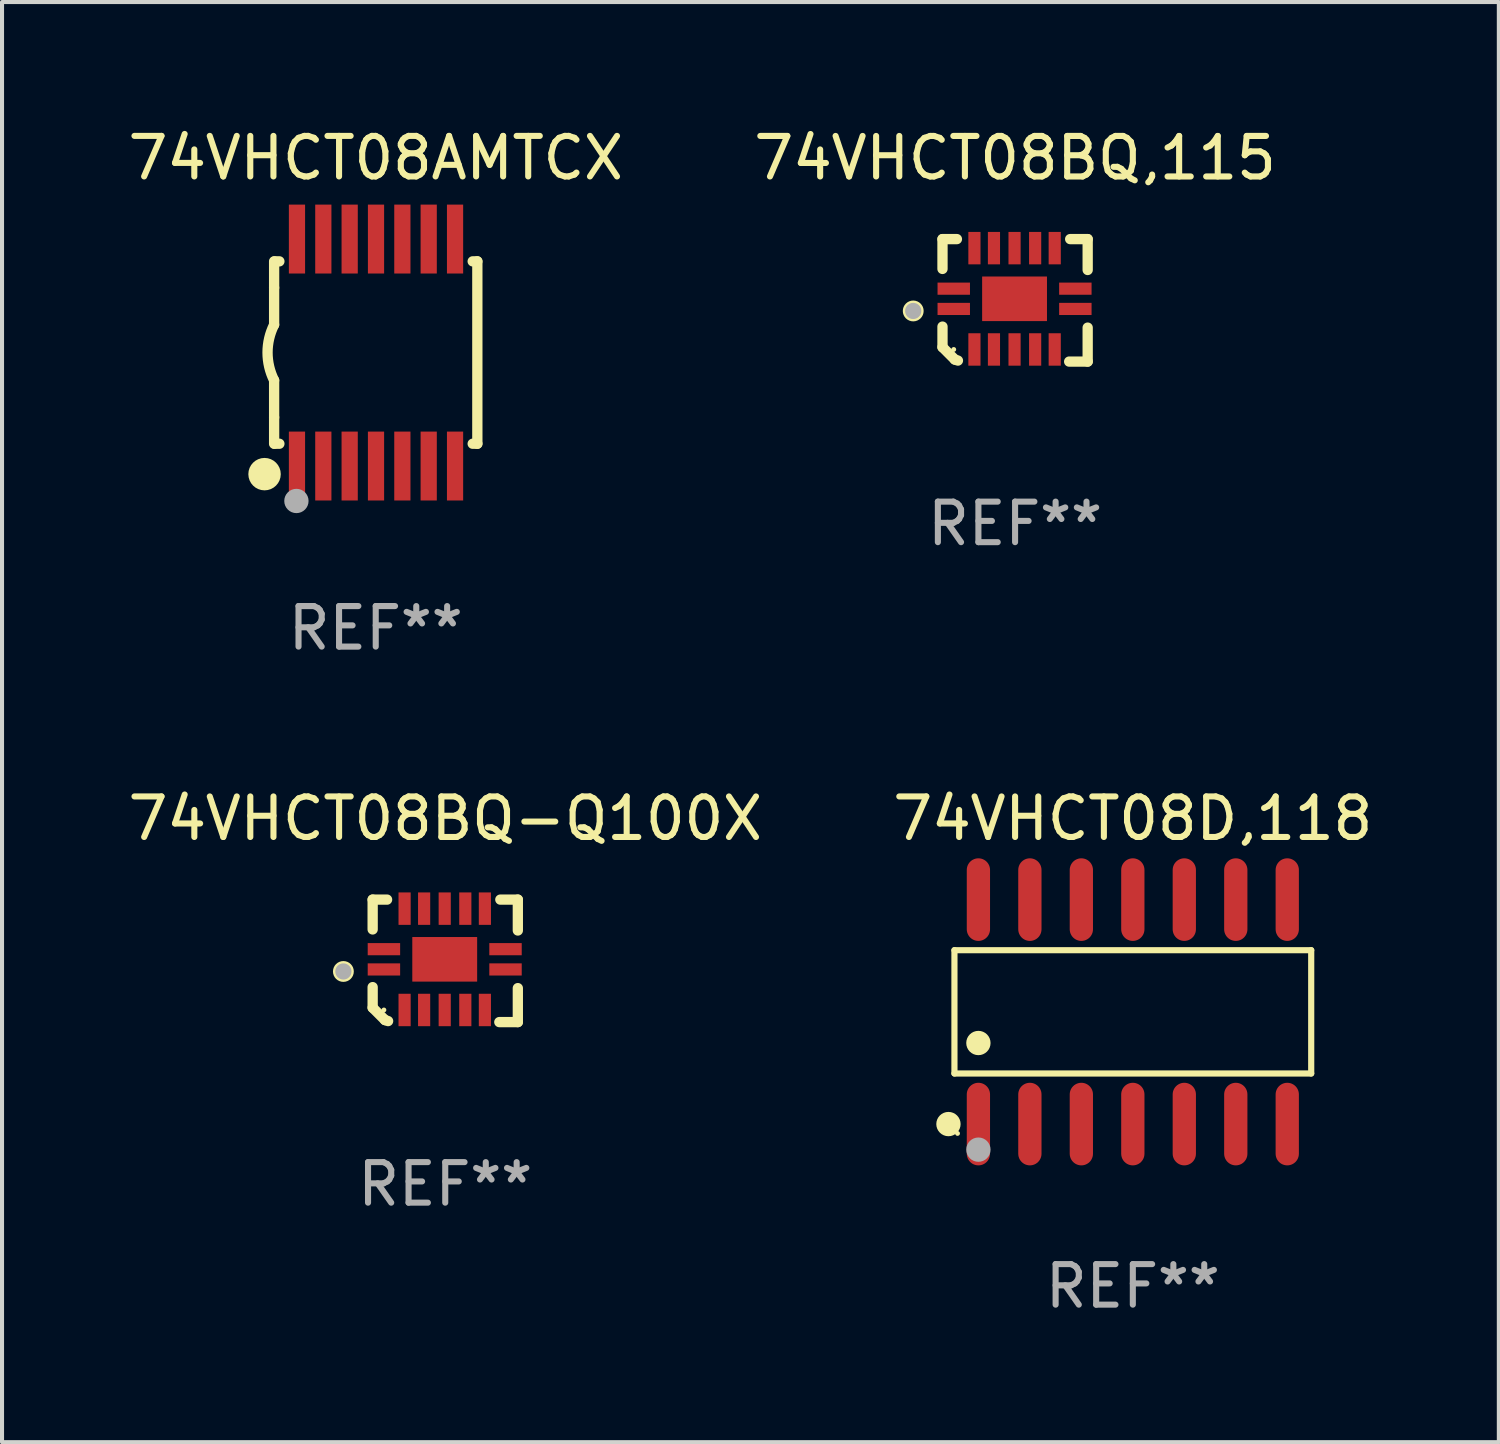
<source format=kicad_pcb>
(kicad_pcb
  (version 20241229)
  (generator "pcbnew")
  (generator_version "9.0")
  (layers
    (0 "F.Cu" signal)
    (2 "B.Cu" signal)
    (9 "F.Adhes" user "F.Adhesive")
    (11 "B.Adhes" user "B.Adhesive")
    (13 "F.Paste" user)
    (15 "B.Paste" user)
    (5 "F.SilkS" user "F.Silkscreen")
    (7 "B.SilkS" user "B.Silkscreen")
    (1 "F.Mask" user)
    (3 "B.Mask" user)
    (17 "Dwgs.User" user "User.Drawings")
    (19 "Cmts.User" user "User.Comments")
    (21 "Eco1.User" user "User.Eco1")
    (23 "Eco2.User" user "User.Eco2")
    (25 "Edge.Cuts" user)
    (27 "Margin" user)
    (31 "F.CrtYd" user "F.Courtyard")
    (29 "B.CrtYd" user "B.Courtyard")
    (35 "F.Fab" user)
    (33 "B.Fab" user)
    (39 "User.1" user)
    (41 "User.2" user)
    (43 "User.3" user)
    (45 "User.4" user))
  (footprint "74VHCT08BQ,115"
    (layer "F.Cu")
    (at 21.994 4.36)
    (property "Reference" "74VHCT08BQ,115" (at 0 -3.511 0) (layer "F.SilkS") (effects (font (size 1 1) (thickness 0.15))))
    (attr through_hole)
    (fp_line (start -1.791 -1.511) (end -1.435 -1.511) (stroke (width 0.254) (type solid)) (layer "F.SilkS"))
    (fp_line (start -1.791 -0.775) (end -1.791 -1.511) (stroke (width 0.254) (type solid)) (layer "F.SilkS"))
    (fp_line (start -1.791 1.156) (end -1.791 0.648) (stroke (width 0.254) (type solid)) (layer "F.SilkS"))
    (fp_line (start -1.486 1.461) (end -1.791 1.156) (stroke (width 0.254) (type solid)) (layer "F.SilkS"))
    (fp_line (start -1.41 1.486) (end -1.486 1.461) (stroke (width 0.254) (type solid)) (layer "F.SilkS"))
    (fp_line (start 1.334 1.511) (end 1.791 1.511) (stroke (width 0.254) (type solid)) (layer "F.SilkS"))
    (fp_line (start 1.791 -1.511) (end 1.359 -1.511) (stroke (width 0.254) (type solid)) (layer "F.SilkS"))
    (fp_line (start 1.791 -0.749) (end 1.791 -1.511) (stroke (width 0.254) (type solid)) (layer "F.SilkS"))
    (fp_line (start 1.791 1.511) (end 1.791 0.673) (stroke (width 0.254) (type solid)) (layer "F.SilkS"))
    (fp_circle (center -2.513 0.262) (end -2.383 0.262) (stroke (width 0.254) (type solid)) (fill no) (layer "F.SilkS"))
    (fp_circle (center -1.513 1.212) (end -1.483 1.212) (stroke (width 0.06) (type solid)) (fill no) (layer "F.SilkS"))
    (fp_circle (center -2.513 0.262) (end -2.413 0.262) (stroke (width 0.2) (type solid)) (fill no) (layer "F.Fab"))
    (fp_text user "REF**" (at 0 5.511 0) (layer "F.Fab") (effects (font (size 1 1) (thickness 0.15))))
    (pad "1" smd rect (at -1.513 0.212) (size 0.8 0.3) (layers "F.Cu" "F.Mask" "F.Paste"))
    (pad "2" smd rect (at -1.003 1.212) (size 0.3 0.8) (layers "F.Cu" "F.Mask" "F.Paste"))
    (pad "3" smd rect (at -0.521 1.212) (size 0.3 0.8) (layers "F.Cu" "F.Mask" "F.Paste"))
    (pad "4" smd rect (at -0.013 1.212) (size 0.3 0.8) (layers "F.Cu" "F.Mask" "F.Paste"))
    (pad "5" smd rect (at 0.495 1.212) (size 0.3 0.8) (layers "F.Cu" "F.Mask" "F.Paste"))
    (pad "6" smd rect (at 0.978 1.212) (size 0.3 0.8) (layers "F.Cu" "F.Mask" "F.Paste"))
    (pad "7" smd rect (at 1.487 0.212) (size 0.8 0.3) (layers "F.Cu" "F.Mask" "F.Paste"))
    (pad "8" smd rect (at 1.487 -0.288) (size 0.8 0.3) (layers "F.Cu" "F.Mask" "F.Paste"))
    (pad "9" smd rect (at 0.978 -1.288) (size 0.3 0.8) (layers "F.Cu" "F.Mask" "F.Paste"))
    (pad "10" smd rect (at 0.495 -1.288) (size 0.3 0.8) (layers "F.Cu" "F.Mask" "F.Paste"))
    (pad "11" smd rect (at -0.013 -1.288) (size 0.3 0.8) (layers "F.Cu" "F.Mask" "F.Paste"))
    (pad "12" smd rect (at -0.521 -1.288) (size 0.3 0.8) (layers "F.Cu" "F.Mask" "F.Paste"))
    (pad "13" smd rect (at -1.003 -1.288) (size 0.3 0.8) (layers "F.Cu" "F.Mask" "F.Paste"))
    (pad "14" smd rect (at -1.513 -0.288) (size 0.8 0.3) (layers "F.Cu" "F.Mask" "F.Paste"))
    (pad "15" smd rect (at -0.013 -0.038 90) (size 1.1 1.6) (layers "F.Cu" "F.Mask" "F.Paste")))
  (footprint "74VHCT08D,118"
    (layer "F.Cu")
    (at 24.899 21.914)
    (property "Reference" "74VHCT08D,118" (at 0 -4.769 0) (layer "F.SilkS") (effects (font (size 1 1) (thickness 0.15))))
    (attr through_hole)
    (fp_line (start -4.401 -1.521) (end 4.401 -1.521) (stroke (width 0.152) (type solid)) (layer "F.SilkS"))
    (fp_line (start -4.401 1.521) (end -4.401 -1.521) (stroke (width 0.152) (type solid)) (layer "F.SilkS"))
    (fp_line (start 4.401 -1.521) (end 4.401 1.521) (stroke (width 0.152) (type solid)) (layer "F.SilkS"))
    (fp_line (start 4.401 1.521) (end -4.401 1.521) (stroke (width 0.152) (type solid)) (layer "F.SilkS"))
    (fp_circle (center -4.549 2.769) (end -4.399 2.769) (stroke (width 0.3) (type solid)) (fill no) (layer "F.SilkS"))
    (fp_circle (center -4.325 3) (end -4.295 3) (stroke (width 0.06) (type solid)) (fill no) (layer "F.SilkS"))
    (fp_circle (center -3.81 0.769) (end -3.66 0.769) (stroke (width 0.3) (type solid)) (fill no) (layer "F.SilkS"))
    (fp_circle (center -3.81 3.4) (end -3.66 3.4) (stroke (width 0.3) (type solid)) (fill no) (layer "F.Fab"))
    (fp_text user "REF**" (at 0 6.769 0) (layer "F.Fab") (effects (font (size 1 1) (thickness 0.15))))
    (pad "1" smd oval (at -3.81 2.769) (size 0.574 2.038) (layers "F.Cu" "F.Mask" "F.Paste"))
    (pad "2" smd oval (at -2.54 2.769) (size 0.574 2.038) (layers "F.Cu" "F.Mask" "F.Paste"))
    (pad "3" smd oval (at -1.27 2.769) (size 0.574 2.038) (layers "F.Cu" "F.Mask" "F.Paste"))
    (pad "4" smd oval (at 0 2.769) (size 0.574 2.038) (layers "F.Cu" "F.Mask" "F.Paste"))
    (pad "5" smd oval (at 1.27 2.769) (size 0.574 2.038) (layers "F.Cu" "F.Mask" "F.Paste"))
    (pad "6" smd oval (at 2.54 2.769) (size 0.574 2.038) (layers "F.Cu" "F.Mask" "F.Paste"))
    (pad "7" smd oval (at 3.81 2.769) (size 0.574 2.038) (layers "F.Cu" "F.Mask" "F.Paste"))
    (pad "8" smd oval (at 3.81 -2.769) (size 0.574 2.038) (layers "F.Cu" "F.Mask" "F.Paste"))
    (pad "9" smd oval (at 2.54 -2.769) (size 0.574 2.038) (layers "F.Cu" "F.Mask" "F.Paste"))
    (pad "10" smd oval (at 1.27 -2.769) (size 0.574 2.038) (layers "F.Cu" "F.Mask" "F.Paste"))
    (pad "11" smd oval (at 0 -2.769) (size 0.574 2.038) (layers "F.Cu" "F.Mask" "F.Paste"))
    (pad "12" smd oval (at -1.27 -2.769) (size 0.574 2.038) (layers "F.Cu" "F.Mask" "F.Paste"))
    (pad "13" smd oval (at -2.54 -2.769) (size 0.574 2.038) (layers "F.Cu" "F.Mask" "F.Paste"))
    (pad "14" smd oval (at -3.81 -2.769) (size 0.574 2.038) (layers "F.Cu" "F.Mask" "F.Paste")))
  (footprint "74VHCT08AMTCX"
    (layer "F.Cu")
    (at 6.22 5.648)
    (property "Reference" "74VHCT08AMTCX" (at 0 -4.8 0) (layer "F.SilkS") (effects (font (size 1 1) (thickness 0.15))))
    (attr through_hole)
    (fp_line (start -2.507 -1.6) (end -2.507 -2.25) (stroke (width 0.254) (type solid)) (layer "F.SilkS"))
    (fp_line (start -2.507 -0.686) (end -2.507 -1.6) (stroke (width 0.254) (type solid)) (layer "F.SilkS"))
    (fp_line (start -2.507 1.6) (end -2.507 0.686) (stroke (width 0.254) (type solid)) (layer "F.SilkS"))
    (fp_line (start -2.507 1.6) (end -2.507 2.25) (stroke (width 0.254) (type solid)) (layer "F.SilkS"))
    (fp_line (start -2.493 -2.25) (end -2.377 -2.25) (stroke (width 0.254) (type solid)) (layer "F.SilkS"))
    (fp_line (start -2.377 2.25) (end -2.493 2.25) (stroke (width 0.254) (type solid)) (layer "F.SilkS"))
    (fp_line (start 2.392 -2.25) (end 2.507 -2.25) (stroke (width 0.254) (type solid)) (layer "F.SilkS"))
    (fp_line (start 2.507 -2.25) (end 2.507 2.25) (stroke (width 0.254) (type solid)) (layer "F.SilkS"))
    (fp_line (start 2.507 2.25) (end 2.392 2.25) (stroke (width 0.254) (type solid)) (layer "F.SilkS"))
    (fp_arc (start -2.507303 0.685802) (mid -2.669199 0) (end -2.507303 -0.685801) (stroke (width 0.254001) (type solid)) (layer "F.SilkS"))
    (fp_circle (center -2.743 3) (end -2.543 3) (stroke (width 0.4) (type solid)) (fill no) (layer "F.SilkS"))
    (fp_circle (center -2.493 3.2) (end -2.463 3.2) (stroke (width 0.06) (type solid)) (fill no) (layer "F.SilkS"))
    (fp_circle (center -1.957 3.662) (end -1.807 3.662) (stroke (width 0.3) (type solid)) (fill no) (layer "F.Fab"))
    (fp_text user "REF**" (at 0 6.8 0) (layer "F.Fab") (effects (font (size 1 1) (thickness 0.15))))
    (pad "1" smd rect (at -1.943 2.8) (size 0.4 1.7) (layers "F.Cu" "F.Mask" "F.Paste"))
    (pad "2" smd rect (at -1.293 2.8) (size 0.4 1.7) (layers "F.Cu" "F.Mask" "F.Paste"))
    (pad "3" smd rect (at -0.643 2.8) (size 0.4 1.7) (layers "F.Cu" "F.Mask" "F.Paste"))
    (pad "4" smd rect (at 0.007 2.8) (size 0.4 1.7) (layers "F.Cu" "F.Mask" "F.Paste"))
    (pad "5" smd rect (at 0.657 2.8) (size 0.4 1.7) (layers "F.Cu" "F.Mask" "F.Paste"))
    (pad "6" smd rect (at 1.307 2.8) (size 0.4 1.7) (layers "F.Cu" "F.Mask" "F.Paste"))
    (pad "7" smd rect (at 1.957 2.8) (size 0.4 1.7) (layers "F.Cu" "F.Mask" "F.Paste"))
    (pad "8" smd rect (at 1.957 -2.8) (size 0.4 1.7) (layers "F.Cu" "F.Mask" "F.Paste"))
    (pad "9" smd rect (at 1.307 -2.8) (size 0.4 1.7) (layers "F.Cu" "F.Mask" "F.Paste"))
    (pad "10" smd rect (at 0.657 -2.8) (size 0.4 1.7) (layers "F.Cu" "F.Mask" "F.Paste"))
    (pad "11" smd rect (at 0.007 -2.8) (size 0.4 1.7) (layers "F.Cu" "F.Mask" "F.Paste"))
    (pad "12" smd rect (at -0.643 -2.8) (size 0.4 1.7) (layers "F.Cu" "F.Mask" "F.Paste"))
    (pad "13" smd rect (at -1.293 -2.8) (size 0.4 1.7) (layers "F.Cu" "F.Mask" "F.Paste"))
    (pad "14" smd rect (at -1.943 -2.8) (size 0.4 1.7) (layers "F.Cu" "F.Mask" "F.Paste")))
  (footprint "74VHCT08BQ-Q100X"
    (layer "F.Cu")
    (at 7.935 20.656)
    (property "Reference" "74VHCT08BQ-Q100X" (at 0 -3.511 0) (layer "F.SilkS") (effects (font (size 1 1) (thickness 0.15))))
    (attr through_hole)
    (fp_line (start -1.791 -1.511) (end -1.435 -1.511) (stroke (width 0.254) (type solid)) (layer "F.SilkS"))
    (fp_line (start -1.791 -0.775) (end -1.791 -1.511) (stroke (width 0.254) (type solid)) (layer "F.SilkS"))
    (fp_line (start -1.791 1.156) (end -1.791 0.648) (stroke (width 0.254) (type solid)) (layer "F.SilkS"))
    (fp_line (start -1.486 1.461) (end -1.791 1.156) (stroke (width 0.254) (type solid)) (layer "F.SilkS"))
    (fp_line (start -1.41 1.486) (end -1.486 1.461) (stroke (width 0.254) (type solid)) (layer "F.SilkS"))
    (fp_line (start 1.334 1.511) (end 1.791 1.511) (stroke (width 0.254) (type solid)) (layer "F.SilkS"))
    (fp_line (start 1.791 -1.511) (end 1.359 -1.511) (stroke (width 0.254) (type solid)) (layer "F.SilkS"))
    (fp_line (start 1.791 -0.749) (end 1.791 -1.511) (stroke (width 0.254) (type solid)) (layer "F.SilkS"))
    (fp_line (start 1.791 1.511) (end 1.791 0.673) (stroke (width 0.254) (type solid)) (layer "F.SilkS"))
    (fp_circle (center -2.513 0.262) (end -2.383 0.262) (stroke (width 0.254) (type solid)) (fill no) (layer "F.SilkS"))
    (fp_circle (center -1.513 1.212) (end -1.483 1.212) (stroke (width 0.06) (type solid)) (fill no) (layer "F.SilkS"))
    (fp_circle (center -2.513 0.262) (end -2.413 0.262) (stroke (width 0.2) (type solid)) (fill no) (layer "F.Fab"))
    (fp_text user "REF**" (at 0 5.511 0) (layer "F.Fab") (effects (font (size 1 1) (thickness 0.15))))
    (pad "1" smd rect (at -1.513 0.212) (size 0.8 0.3) (layers "F.Cu" "F.Mask" "F.Paste"))
    (pad "2" smd rect (at -1.003 1.212) (size 0.3 0.8) (layers "F.Cu" "F.Mask" "F.Paste"))
    (pad "3" smd rect (at -0.521 1.212) (size 0.3 0.8) (layers "F.Cu" "F.Mask" "F.Paste"))
    (pad "4" smd rect (at -0.013 1.212) (size 0.3 0.8) (layers "F.Cu" "F.Mask" "F.Paste"))
    (pad "5" smd rect (at 0.495 1.212) (size 0.3 0.8) (layers "F.Cu" "F.Mask" "F.Paste"))
    (pad "6" smd rect (at 0.978 1.212) (size 0.3 0.8) (layers "F.Cu" "F.Mask" "F.Paste"))
    (pad "7" smd rect (at 1.487 0.212) (size 0.8 0.3) (layers "F.Cu" "F.Mask" "F.Paste"))
    (pad "8" smd rect (at 1.487 -0.288) (size 0.8 0.3) (layers "F.Cu" "F.Mask" "F.Paste"))
    (pad "9" smd rect (at 0.978 -1.288) (size 0.3 0.8) (layers "F.Cu" "F.Mask" "F.Paste"))
    (pad "10" smd rect (at 0.495 -1.288) (size 0.3 0.8) (layers "F.Cu" "F.Mask" "F.Paste"))
    (pad "11" smd rect (at -0.013 -1.288) (size 0.3 0.8) (layers "F.Cu" "F.Mask" "F.Paste"))
    (pad "12" smd rect (at -0.521 -1.288) (size 0.3 0.8) (layers "F.Cu" "F.Mask" "F.Paste"))
    (pad "13" smd rect (at -1.003 -1.288) (size 0.3 0.8) (layers "F.Cu" "F.Mask" "F.Paste"))
    (pad "14" smd rect (at -1.513 -0.288) (size 0.8 0.3) (layers "F.Cu" "F.Mask" "F.Paste"))
    (pad "15" smd rect (at -0.013 -0.038 90) (size 1.1 1.6) (layers "F.Cu" "F.Mask" "F.Paste")))
  (gr_rect
    (start -3 -3)
    (end 33.929 32.531)
    (stroke (width 0.1) (type default))
    (fill no)
    (layer "Edge.Cuts")))
</source>
